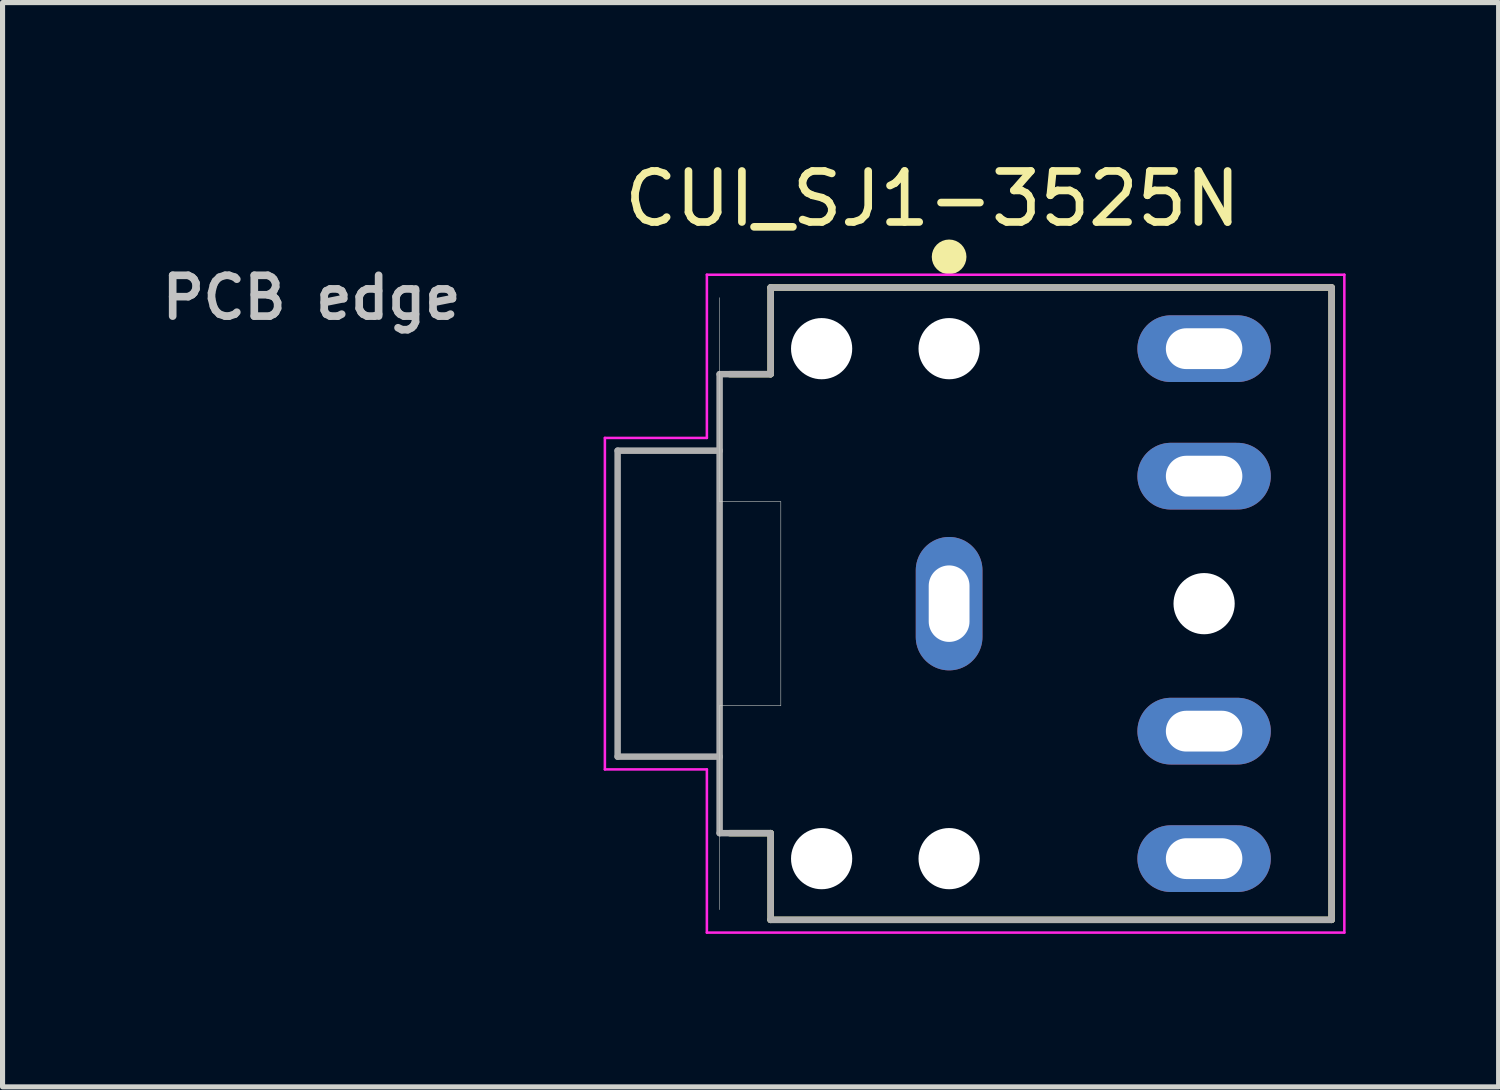
<source format=kicad_pcb>
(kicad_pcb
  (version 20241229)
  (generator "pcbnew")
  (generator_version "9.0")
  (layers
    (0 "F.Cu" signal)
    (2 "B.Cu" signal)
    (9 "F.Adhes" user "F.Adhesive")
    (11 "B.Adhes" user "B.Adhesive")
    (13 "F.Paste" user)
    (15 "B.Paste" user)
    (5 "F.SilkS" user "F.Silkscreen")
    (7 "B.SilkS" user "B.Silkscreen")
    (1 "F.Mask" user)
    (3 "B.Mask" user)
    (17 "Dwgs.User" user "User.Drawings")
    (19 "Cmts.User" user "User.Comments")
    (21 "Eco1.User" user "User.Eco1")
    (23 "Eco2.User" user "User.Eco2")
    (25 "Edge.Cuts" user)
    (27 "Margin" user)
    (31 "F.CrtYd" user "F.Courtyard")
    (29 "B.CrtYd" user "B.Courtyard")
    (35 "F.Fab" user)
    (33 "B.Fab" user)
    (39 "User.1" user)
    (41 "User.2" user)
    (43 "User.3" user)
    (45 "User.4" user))
  (footprint "CUI_SJ1-3525N"
    (layer "F.Cu")
    (at 15.561 8.787)
    (property "Reference" "CUI_SJ1-3525N" (at -0.325 -7.939 0) (layer "F.SilkS") (effects (font (size 1 1) (thickness 0.15))))
    (attr through_hole)
    (fp_line (start -3.5 -6.2) (end -3.5 -4.5) (stroke (width 0.127) (type solid)) (layer "F.SilkS"))
    (fp_line (start -3.5 -4.5) (end -4.3 -4.5) (stroke (width 0.127) (type solid)) (layer "F.SilkS"))
    (fp_line (start -3.5 4.5) (end -4.3 4.5) (stroke (width 0.127) (type solid)) (layer "F.SilkS"))
    (fp_line (start -3.5 4.5) (end -3.5 6.2) (stroke (width 0.127) (type solid)) (layer "F.SilkS"))
    (fp_line (start 7.5 -6.2) (end -3.5 -6.2) (stroke (width 0.127) (type solid)) (layer "F.SilkS"))
    (fp_line (start 7.5 -6.2) (end 7.5 6.2) (stroke (width 0.127) (type solid)) (layer "F.SilkS"))
    (fp_line (start 7.5 6.2) (end -3.5 6.2) (stroke (width 0.127) (type solid)) (layer "F.SilkS"))
    (fp_circle (center 0 -6.8) (end 0.17 -6.8) (stroke (width 0.34) (type solid)) (fill no) (layer "F.SilkS"))
    (fp_line (start -4.5 -6) (end -4.5 -2) (stroke (width 0.01) (type solid)) (layer "Edge.Cuts"))
    (fp_line (start -4.5 -2) (end -3.3 -2) (stroke (width 0.01) (type solid)) (layer "Edge.Cuts"))
    (fp_line (start -4.5 2) (end -4.5 6) (stroke (width 0.01) (type solid)) (layer "Edge.Cuts"))
    (fp_line (start -3.3 -2) (end -3.3 2) (stroke (width 0.01) (type solid)) (layer "Edge.Cuts"))
    (fp_line (start -3.3 2) (end -4.5 2) (stroke (width 0.01) (type solid)) (layer "Edge.Cuts"))
    (fp_line (start -6.75 -3.25) (end -6.75 3.25) (stroke (width 0.05) (type solid)) (layer "F.CrtYd"))
    (fp_line (start -6.75 3.25) (end -4.75 3.25) (stroke (width 0.05) (type solid)) (layer "F.CrtYd"))
    (fp_line (start -4.75 -6.45) (end -4.75 -3.25) (stroke (width 0.05) (type solid)) (layer "F.CrtYd"))
    (fp_line (start -4.75 -6.45) (end 7.75 -6.45) (stroke (width 0.05) (type solid)) (layer "F.CrtYd"))
    (fp_line (start -4.75 -3.25) (end -6.75 -3.25) (stroke (width 0.05) (type solid)) (layer "F.CrtYd"))
    (fp_line (start -4.75 3.25) (end -4.75 6.45) (stroke (width 0.05) (type solid)) (layer "F.CrtYd"))
    (fp_line (start 7.75 -6.45) (end 7.75 6.45) (stroke (width 0.05) (type solid)) (layer "F.CrtYd"))
    (fp_line (start 7.75 6.45) (end -4.75 6.45) (stroke (width 0.05) (type solid)) (layer "F.CrtYd"))
    (fp_line (start -6.5 -3) (end -6.5 3) (stroke (width 0.127) (type solid)) (layer "F.Fab"))
    (fp_line (start -6.5 3) (end -4.5 3) (stroke (width 0.127) (type solid)) (layer "F.Fab"))
    (fp_line (start -4.5 -4.5) (end -4.5 -3) (stroke (width 0.127) (type solid)) (layer "F.Fab"))
    (fp_line (start -4.5 -3) (end -6.5 -3) (stroke (width 0.127) (type solid)) (layer "F.Fab"))
    (fp_line (start -4.5 -3) (end -4.5 3) (stroke (width 0.127) (type solid)) (layer "F.Fab"))
    (fp_line (start -4.5 3) (end -4.5 4.5) (stroke (width 0.127) (type solid)) (layer "F.Fab"))
    (fp_line (start -4.5 4.5) (end -3.5 4.5) (stroke (width 0.127) (type solid)) (layer "F.Fab"))
    (fp_line (start -3.5 -6.2) (end -3.5 -4.5) (stroke (width 0.127) (type solid)) (layer "F.Fab"))
    (fp_line (start -3.5 -4.5) (end -4.5 -4.5) (stroke (width 0.127) (type solid)) (layer "F.Fab"))
    (fp_line (start -3.5 4.5) (end -3.5 6.2) (stroke (width 0.127) (type solid)) (layer "F.Fab"))
    (fp_line (start 7.5 -6.2) (end -3.5 -6.2) (stroke (width 0.127) (type solid)) (layer "F.Fab"))
    (fp_line (start 7.5 -6.2) (end 7.5 6.2) (stroke (width 0.127) (type solid)) (layer "F.Fab"))
    (fp_line (start 7.5 6.2) (end -3.5 6.2) (stroke (width 0.127) (type solid)) (layer "F.Fab"))
    (fp_text user "PCB edge" (at -12.501 -6.001 0) (layer "Dwgs.User") (effects (font (size 0.8 0.8) (thickness 0.15))))
    (pad "" np_thru_hole circle (at -2.5 -5) (size 1.2 1.2) (drill 1.2) (layers "*.Cu" "*.Mask"))
    (pad "" np_thru_hole circle (at -2.5 5) (size 1.2 1.2) (drill 1.2) (layers "*.Cu" "*.Mask"))
    (pad "" np_thru_hole circle (at 0 -5) (size 1.2 1.2) (drill 1.2) (layers "*.Cu" "*.Mask"))
    (pad "" np_thru_hole circle (at 0 5) (size 1.2 1.2) (drill 1.2) (layers "*.Cu" "*.Mask"))
    (pad "" np_thru_hole circle (at 5 0) (size 1.2 1.2) (drill 1.2) (layers "*.Cu" "*.Mask"))
    (pad "R" thru_hole oval (at 5 -5) (size 2.616 1.308) (drill oval 1.5 0.8) (layers "*.Cu" "*.Mask"))
    (pad "R" thru_hole oval (at 5 -2.5) (size 2.616 1.308) (drill oval 1.5 0.8) (layers "*.Cu" "*.Mask"))
    (pad "S" thru_hole oval (at 0 0) (size 1.308 2.616) (drill oval 0.8 1.5) (layers "*.Cu" "*.Mask"))
    (pad "T" thru_hole oval (at 5 2.5) (size 2.616 1.308) (drill oval 1.5 0.8) (layers "*.Cu" "*.Mask"))
    (pad "T" thru_hole oval (at 5 5) (size 2.616 1.308) (drill oval 1.5 0.8) (layers "*.Cu" "*.Mask")))
  (gr_rect
    (start -3 -3)
    (end 26.336 18.262)
    (stroke (width 0.1) (type default))
    (fill no)
    (layer "Edge.Cuts")))
</source>
